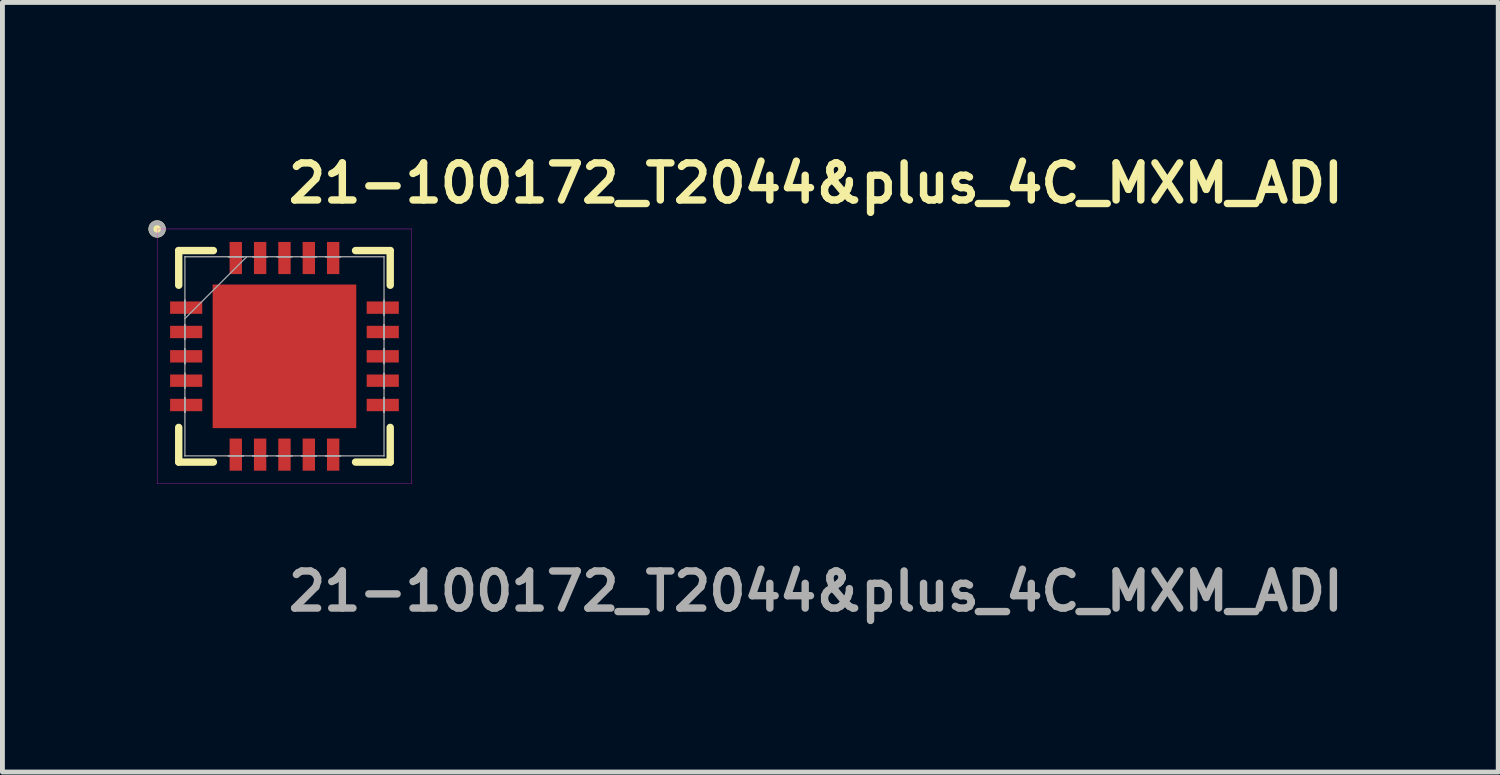
<source format=kicad_pcb>
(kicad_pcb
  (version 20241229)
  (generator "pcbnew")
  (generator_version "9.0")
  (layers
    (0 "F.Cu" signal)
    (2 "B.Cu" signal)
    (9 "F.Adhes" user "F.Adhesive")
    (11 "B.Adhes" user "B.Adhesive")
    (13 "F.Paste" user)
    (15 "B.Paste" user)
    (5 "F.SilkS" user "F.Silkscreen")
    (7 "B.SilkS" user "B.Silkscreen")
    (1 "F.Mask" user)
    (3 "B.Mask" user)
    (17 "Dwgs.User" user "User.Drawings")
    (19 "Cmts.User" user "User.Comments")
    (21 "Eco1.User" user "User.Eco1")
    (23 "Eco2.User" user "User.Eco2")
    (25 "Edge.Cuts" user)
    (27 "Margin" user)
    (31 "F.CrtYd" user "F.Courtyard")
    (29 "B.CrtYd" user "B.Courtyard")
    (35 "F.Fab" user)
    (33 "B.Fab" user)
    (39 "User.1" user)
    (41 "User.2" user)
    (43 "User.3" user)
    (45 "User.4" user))
  (footprint "21-100172_T2044&plus_4C_MXM_ADI"
    (layer "F.Cu")
    (at 2.793 4.269)
    (property "Reference" "21-100172_T2044&plus_4C_MXM_ADI" (at 0 -3.556 0) (unlocked yes) (layer "F.SilkS") (effects (font (size 0.762 0.762) (thickness 0.152) (bold yes)) (justify left)))
    (attr smd)
    (fp_line (start -2.172 -2.172) (end -2.172 -1.46) (stroke (width 0.152) (type solid)) (layer "F.SilkS"))
    (fp_line (start -2.172 1.46) (end -2.172 2.172) (stroke (width 0.152) (type solid)) (layer "F.SilkS"))
    (fp_line (start -2.172 2.172) (end -1.46 2.172) (stroke (width 0.152) (type solid)) (layer "F.SilkS"))
    (fp_line (start -1.46 -2.172) (end -2.172 -2.172) (stroke (width 0.152) (type solid)) (layer "F.SilkS"))
    (fp_line (start 1.46 2.172) (end 2.172 2.172) (stroke (width 0.152) (type solid)) (layer "F.SilkS"))
    (fp_line (start 2.172 -2.172) (end 1.46 -2.172) (stroke (width 0.152) (type solid)) (layer "F.SilkS"))
    (fp_line (start 2.172 -1.46) (end 2.172 -2.172) (stroke (width 0.152) (type solid)) (layer "F.SilkS"))
    (fp_line (start 2.172 2.172) (end 2.172 1.46) (stroke (width 0.152) (type solid)) (layer "F.SilkS"))
    (fp_circle (center -2.616 -2.616) (end -2.489 -2.616) (stroke (width 0.1) (type solid)) (fill yes) (layer "F.SilkS"))
    (fp_poly (pts (xy -1.375 -1.375) (xy -1.375 -0.1) (xy -0.1 -0.1) (xy -0.1 -1.375)) (stroke (width 0) (type solid)) (fill yes) (layer "F.Paste"))
    (fp_poly (pts (xy -1.375 0.1) (xy -1.375 1.375) (xy -0.1 1.375) (xy -0.1 0.1)) (stroke (width 0) (type solid)) (fill yes) (layer "F.Paste"))
    (fp_poly (pts (xy 0.1 -1.375) (xy 0.1 -0.1) (xy 1.375 -0.1) (xy 1.375 -1.375)) (stroke (width 0) (type solid)) (fill yes) (layer "F.Paste"))
    (fp_poly (pts (xy 0.1 0.1) (xy 0.1 1.375) (xy 1.375 1.375) (xy 1.375 0.1)) (stroke (width 0) (type solid)) (fill yes) (layer "F.Paste"))
    (fp_rect (start -2.616 -2.616) (end 2.616 2.616) (stroke (width 0.006) (type solid)) (fill no) (layer "F.CrtYd"))
    (fp_line (start -2.045 -2.045) (end -2.045 -2.045) (stroke (width 0.025) (type solid)) (layer "F.Fab"))
    (fp_line (start -2.045 -2.045) (end -2.045 2.045) (stroke (width 0.025) (type solid)) (layer "F.Fab"))
    (fp_line (start -2.045 -1.152) (end -2.045 -1.152) (stroke (width 0.025) (type solid)) (layer "F.Fab"))
    (fp_line (start -2.045 -1.152) (end -2.045 -0.848) (stroke (width 0.025) (type solid)) (layer "F.Fab"))
    (fp_line (start -2.045 -0.848) (end -2.045 -1.152) (stroke (width 0.025) (type solid)) (layer "F.Fab"))
    (fp_line (start -2.045 -0.848) (end -2.045 -0.848) (stroke (width 0.025) (type solid)) (layer "F.Fab"))
    (fp_line (start -2.045 -0.775) (end -0.775 -2.045) (stroke (width 0.025) (type solid)) (layer "F.Fab"))
    (fp_line (start -2.045 -0.652) (end -2.045 -0.652) (stroke (width 0.025) (type solid)) (layer "F.Fab"))
    (fp_line (start -2.045 -0.652) (end -2.045 -0.348) (stroke (width 0.025) (type solid)) (layer "F.Fab"))
    (fp_line (start -2.045 -0.348) (end -2.045 -0.652) (stroke (width 0.025) (type solid)) (layer "F.Fab"))
    (fp_line (start -2.045 -0.348) (end -2.045 -0.348) (stroke (width 0.025) (type solid)) (layer "F.Fab"))
    (fp_line (start -2.045 -0.152) (end -2.045 -0.152) (stroke (width 0.025) (type solid)) (layer "F.Fab"))
    (fp_line (start -2.045 -0.152) (end -2.045 0.152) (stroke (width 0.025) (type solid)) (layer "F.Fab"))
    (fp_line (start -2.045 0.152) (end -2.045 -0.152) (stroke (width 0.025) (type solid)) (layer "F.Fab"))
    (fp_line (start -2.045 0.152) (end -2.045 0.152) (stroke (width 0.025) (type solid)) (layer "F.Fab"))
    (fp_line (start -2.045 0.348) (end -2.045 0.348) (stroke (width 0.025) (type solid)) (layer "F.Fab"))
    (fp_line (start -2.045 0.348) (end -2.045 0.652) (stroke (width 0.025) (type solid)) (layer "F.Fab"))
    (fp_line (start -2.045 0.652) (end -2.045 0.348) (stroke (width 0.025) (type solid)) (layer "F.Fab"))
    (fp_line (start -2.045 0.652) (end -2.045 0.652) (stroke (width 0.025) (type solid)) (layer "F.Fab"))
    (fp_line (start -2.045 0.848) (end -2.045 0.848) (stroke (width 0.025) (type solid)) (layer "F.Fab"))
    (fp_line (start -2.045 0.848) (end -2.045 1.152) (stroke (width 0.025) (type solid)) (layer "F.Fab"))
    (fp_line (start -2.045 1.152) (end -2.045 0.848) (stroke (width 0.025) (type solid)) (layer "F.Fab"))
    (fp_line (start -2.045 1.152) (end -2.045 1.152) (stroke (width 0.025) (type solid)) (layer "F.Fab"))
    (fp_line (start -2.045 2.045) (end -2.045 2.045) (stroke (width 0.025) (type solid)) (layer "F.Fab"))
    (fp_line (start -2.045 2.045) (end 2.045 2.045) (stroke (width 0.025) (type solid)) (layer "F.Fab"))
    (fp_line (start -1.152 -2.045) (end -1.152 -2.045) (stroke (width 0.025) (type solid)) (layer "F.Fab"))
    (fp_line (start -1.152 -2.045) (end -0.848 -2.045) (stroke (width 0.025) (type solid)) (layer "F.Fab"))
    (fp_line (start -1.152 2.045) (end -1.152 2.045) (stroke (width 0.025) (type solid)) (layer "F.Fab"))
    (fp_line (start -1.152 2.045) (end -0.848 2.045) (stroke (width 0.025) (type solid)) (layer "F.Fab"))
    (fp_line (start -0.848 -2.045) (end -1.152 -2.045) (stroke (width 0.025) (type solid)) (layer "F.Fab"))
    (fp_line (start -0.848 -2.045) (end -0.848 -2.045) (stroke (width 0.025) (type solid)) (layer "F.Fab"))
    (fp_line (start -0.848 2.045) (end -1.152 2.045) (stroke (width 0.025) (type solid)) (layer "F.Fab"))
    (fp_line (start -0.848 2.045) (end -0.848 2.045) (stroke (width 0.025) (type solid)) (layer "F.Fab"))
    (fp_line (start -0.652 -2.045) (end -0.652 -2.045) (stroke (width 0.025) (type solid)) (layer "F.Fab"))
    (fp_line (start -0.652 -2.045) (end -0.348 -2.045) (stroke (width 0.025) (type solid)) (layer "F.Fab"))
    (fp_line (start -0.652 2.045) (end -0.652 2.045) (stroke (width 0.025) (type solid)) (layer "F.Fab"))
    (fp_line (start -0.652 2.045) (end -0.348 2.045) (stroke (width 0.025) (type solid)) (layer "F.Fab"))
    (fp_line (start -0.348 -2.045) (end -0.652 -2.045) (stroke (width 0.025) (type solid)) (layer "F.Fab"))
    (fp_line (start -0.348 -2.045) (end -0.348 -2.045) (stroke (width 0.025) (type solid)) (layer "F.Fab"))
    (fp_line (start -0.348 2.045) (end -0.652 2.045) (stroke (width 0.025) (type solid)) (layer "F.Fab"))
    (fp_line (start -0.348 2.045) (end -0.348 2.045) (stroke (width 0.025) (type solid)) (layer "F.Fab"))
    (fp_line (start -0.152 -2.045) (end -0.152 -2.045) (stroke (width 0.025) (type solid)) (layer "F.Fab"))
    (fp_line (start -0.152 -2.045) (end 0.152 -2.045) (stroke (width 0.025) (type solid)) (layer "F.Fab"))
    (fp_line (start -0.152 2.045) (end -0.152 2.045) (stroke (width 0.025) (type solid)) (layer "F.Fab"))
    (fp_line (start -0.152 2.045) (end 0.152 2.045) (stroke (width 0.025) (type solid)) (layer "F.Fab"))
    (fp_line (start 0.152 -2.045) (end -0.152 -2.045) (stroke (width 0.025) (type solid)) (layer "F.Fab"))
    (fp_line (start 0.152 -2.045) (end 0.152 -2.045) (stroke (width 0.025) (type solid)) (layer "F.Fab"))
    (fp_line (start 0.152 2.045) (end -0.152 2.045) (stroke (width 0.025) (type solid)) (layer "F.Fab"))
    (fp_line (start 0.152 2.045) (end 0.152 2.045) (stroke (width 0.025) (type solid)) (layer "F.Fab"))
    (fp_line (start 0.348 -2.045) (end 0.348 -2.045) (stroke (width 0.025) (type solid)) (layer "F.Fab"))
    (fp_line (start 0.348 -2.045) (end 0.652 -2.045) (stroke (width 0.025) (type solid)) (layer "F.Fab"))
    (fp_line (start 0.348 2.045) (end 0.348 2.045) (stroke (width 0.025) (type solid)) (layer "F.Fab"))
    (fp_line (start 0.348 2.045) (end 0.652 2.045) (stroke (width 0.025) (type solid)) (layer "F.Fab"))
    (fp_line (start 0.652 -2.045) (end 0.348 -2.045) (stroke (width 0.025) (type solid)) (layer "F.Fab"))
    (fp_line (start 0.652 -2.045) (end 0.652 -2.045) (stroke (width 0.025) (type solid)) (layer "F.Fab"))
    (fp_line (start 0.652 2.045) (end 0.348 2.045) (stroke (width 0.025) (type solid)) (layer "F.Fab"))
    (fp_line (start 0.652 2.045) (end 0.652 2.045) (stroke (width 0.025) (type solid)) (layer "F.Fab"))
    (fp_line (start 0.848 -2.045) (end 0.848 -2.045) (stroke (width 0.025) (type solid)) (layer "F.Fab"))
    (fp_line (start 0.848 -2.045) (end 1.152 -2.045) (stroke (width 0.025) (type solid)) (layer "F.Fab"))
    (fp_line (start 0.848 2.045) (end 0.848 2.045) (stroke (width 0.025) (type solid)) (layer "F.Fab"))
    (fp_line (start 0.848 2.045) (end 1.152 2.045) (stroke (width 0.025) (type solid)) (layer "F.Fab"))
    (fp_line (start 1.152 -2.045) (end 0.848 -2.045) (stroke (width 0.025) (type solid)) (layer "F.Fab"))
    (fp_line (start 1.152 -2.045) (end 1.152 -2.045) (stroke (width 0.025) (type solid)) (layer "F.Fab"))
    (fp_line (start 1.152 2.045) (end 0.848 2.045) (stroke (width 0.025) (type solid)) (layer "F.Fab"))
    (fp_line (start 1.152 2.045) (end 1.152 2.045) (stroke (width 0.025) (type solid)) (layer "F.Fab"))
    (fp_line (start 2.045 -2.045) (end -2.045 -2.045) (stroke (width 0.025) (type solid)) (layer "F.Fab"))
    (fp_line (start 2.045 -2.045) (end 2.045 -2.045) (stroke (width 0.025) (type solid)) (layer "F.Fab"))
    (fp_line (start 2.045 -1.152) (end 2.045 -1.152) (stroke (width 0.025) (type solid)) (layer "F.Fab"))
    (fp_line (start 2.045 -1.152) (end 2.045 -0.848) (stroke (width 0.025) (type solid)) (layer "F.Fab"))
    (fp_line (start 2.045 -0.848) (end 2.045 -1.152) (stroke (width 0.025) (type solid)) (layer "F.Fab"))
    (fp_line (start 2.045 -0.848) (end 2.045 -0.848) (stroke (width 0.025) (type solid)) (layer "F.Fab"))
    (fp_line (start 2.045 -0.652) (end 2.045 -0.652) (stroke (width 0.025) (type solid)) (layer "F.Fab"))
    (fp_line (start 2.045 -0.652) (end 2.045 -0.348) (stroke (width 0.025) (type solid)) (layer "F.Fab"))
    (fp_line (start 2.045 -0.348) (end 2.045 -0.652) (stroke (width 0.025) (type solid)) (layer "F.Fab"))
    (fp_line (start 2.045 -0.348) (end 2.045 -0.348) (stroke (width 0.025) (type solid)) (layer "F.Fab"))
    (fp_line (start 2.045 -0.152) (end 2.045 -0.152) (stroke (width 0.025) (type solid)) (layer "F.Fab"))
    (fp_line (start 2.045 -0.152) (end 2.045 0.152) (stroke (width 0.025) (type solid)) (layer "F.Fab"))
    (fp_line (start 2.045 0.152) (end 2.045 -0.152) (stroke (width 0.025) (type solid)) (layer "F.Fab"))
    (fp_line (start 2.045 0.152) (end 2.045 0.152) (stroke (width 0.025) (type solid)) (layer "F.Fab"))
    (fp_line (start 2.045 0.348) (end 2.045 0.348) (stroke (width 0.025) (type solid)) (layer "F.Fab"))
    (fp_line (start 2.045 0.348) (end 2.045 0.652) (stroke (width 0.025) (type solid)) (layer "F.Fab"))
    (fp_line (start 2.045 0.652) (end 2.045 0.348) (stroke (width 0.025) (type solid)) (layer "F.Fab"))
    (fp_line (start 2.045 0.652) (end 2.045 0.652) (stroke (width 0.025) (type solid)) (layer "F.Fab"))
    (fp_line (start 2.045 0.848) (end 2.045 0.848) (stroke (width 0.025) (type solid)) (layer "F.Fab"))
    (fp_line (start 2.045 0.848) (end 2.045 1.152) (stroke (width 0.025) (type solid)) (layer "F.Fab"))
    (fp_line (start 2.045 1.152) (end 2.045 0.848) (stroke (width 0.025) (type solid)) (layer "F.Fab"))
    (fp_line (start 2.045 1.152) (end 2.045 1.152) (stroke (width 0.025) (type solid)) (layer "F.Fab"))
    (fp_line (start 2.045 2.045) (end 2.045 -2.045) (stroke (width 0.025) (type solid)) (layer "F.Fab"))
    (fp_line (start 2.045 2.045) (end 2.045 2.045) (stroke (width 0.025) (type solid)) (layer "F.Fab"))
    (fp_circle (center -2.616 -2.616) (end -2.489 -2.616) (stroke (width 0.1) (type solid)) (fill no) (layer "F.Fab"))
    (fp_text user "${REFERENCE}" (at 0 4.826 0) (unlocked yes) (layer "F.Fab") (effects (font (size 0.762 0.762) (thickness 0.152) (bold yes)) (justify left)))
    (pad "1" smd rect (at -2.019 -1 90) (size 0.254 0.66) (layers "F.Cu" "F.Mask" "F.Paste"))
    (pad "2" smd rect (at -2.019 -0.5 90) (size 0.254 0.66) (layers "F.Cu" "F.Mask" "F.Paste"))
    (pad "3" smd rect (at -2.019 0 90) (size 0.254 0.66) (layers "F.Cu" "F.Mask" "F.Paste"))
    (pad "4" smd rect (at -2.019 0.5 90) (size 0.254 0.66) (layers "F.Cu" "F.Mask" "F.Paste"))
    (pad "5" smd rect (at -2.019 1 90) (size 0.254 0.66) (layers "F.Cu" "F.Mask" "F.Paste"))
    (pad "6" smd rect (at -1 2.019) (size 0.254 0.66) (layers "F.Cu" "F.Mask" "F.Paste"))
    (pad "7" smd rect (at -0.5 2.019) (size 0.254 0.66) (layers "F.Cu" "F.Mask" "F.Paste"))
    (pad "8" smd rect (at 0 2.019) (size 0.254 0.66) (layers "F.Cu" "F.Mask" "F.Paste"))
    (pad "9" smd rect (at 0.5 2.019) (size 0.254 0.66) (layers "F.Cu" "F.Mask" "F.Paste"))
    (pad "10" smd rect (at 1 2.019) (size 0.254 0.66) (layers "F.Cu" "F.Mask" "F.Paste"))
    (pad "11" smd rect (at 2.019 1 90) (size 0.254 0.66) (layers "F.Cu" "F.Mask" "F.Paste"))
    (pad "12" smd rect (at 2.019 0.5 90) (size 0.254 0.66) (layers "F.Cu" "F.Mask" "F.Paste"))
    (pad "13" smd rect (at 2.019 0 90) (size 0.254 0.66) (layers "F.Cu" "F.Mask" "F.Paste"))
    (pad "14" smd rect (at 2.019 -0.5 90) (size 0.254 0.66) (layers "F.Cu" "F.Mask" "F.Paste"))
    (pad "15" smd rect (at 2.019 -1 90) (size 0.254 0.66) (layers "F.Cu" "F.Mask" "F.Paste"))
    (pad "16" smd rect (at 1 -2.019) (size 0.254 0.66) (layers "F.Cu" "F.Mask" "F.Paste"))
    (pad "17" smd rect (at 0.5 -2.019) (size 0.254 0.66) (layers "F.Cu" "F.Mask" "F.Paste"))
    (pad "18" smd rect (at 0 -2.019) (size 0.254 0.66) (layers "F.Cu" "F.Mask" "F.Paste"))
    (pad "19" smd rect (at -0.5 -2.019) (size 0.254 0.66) (layers "F.Cu" "F.Mask" "F.Paste"))
    (pad "20" smd rect (at -1 -2.019) (size 0.254 0.66) (layers "F.Cu" "F.Mask" "F.Paste"))
    (pad "21" smd rect (at 0 0) (size 2.95 2.95) (layers "F.Cu" "F.Mask" "F.Paste")))
  (gr_rect
    (start -3 -3)
    (end 27.724 12.808)
    (stroke (width 0.1) (type default))
    (fill no)
    (layer "Edge.Cuts")))
</source>
